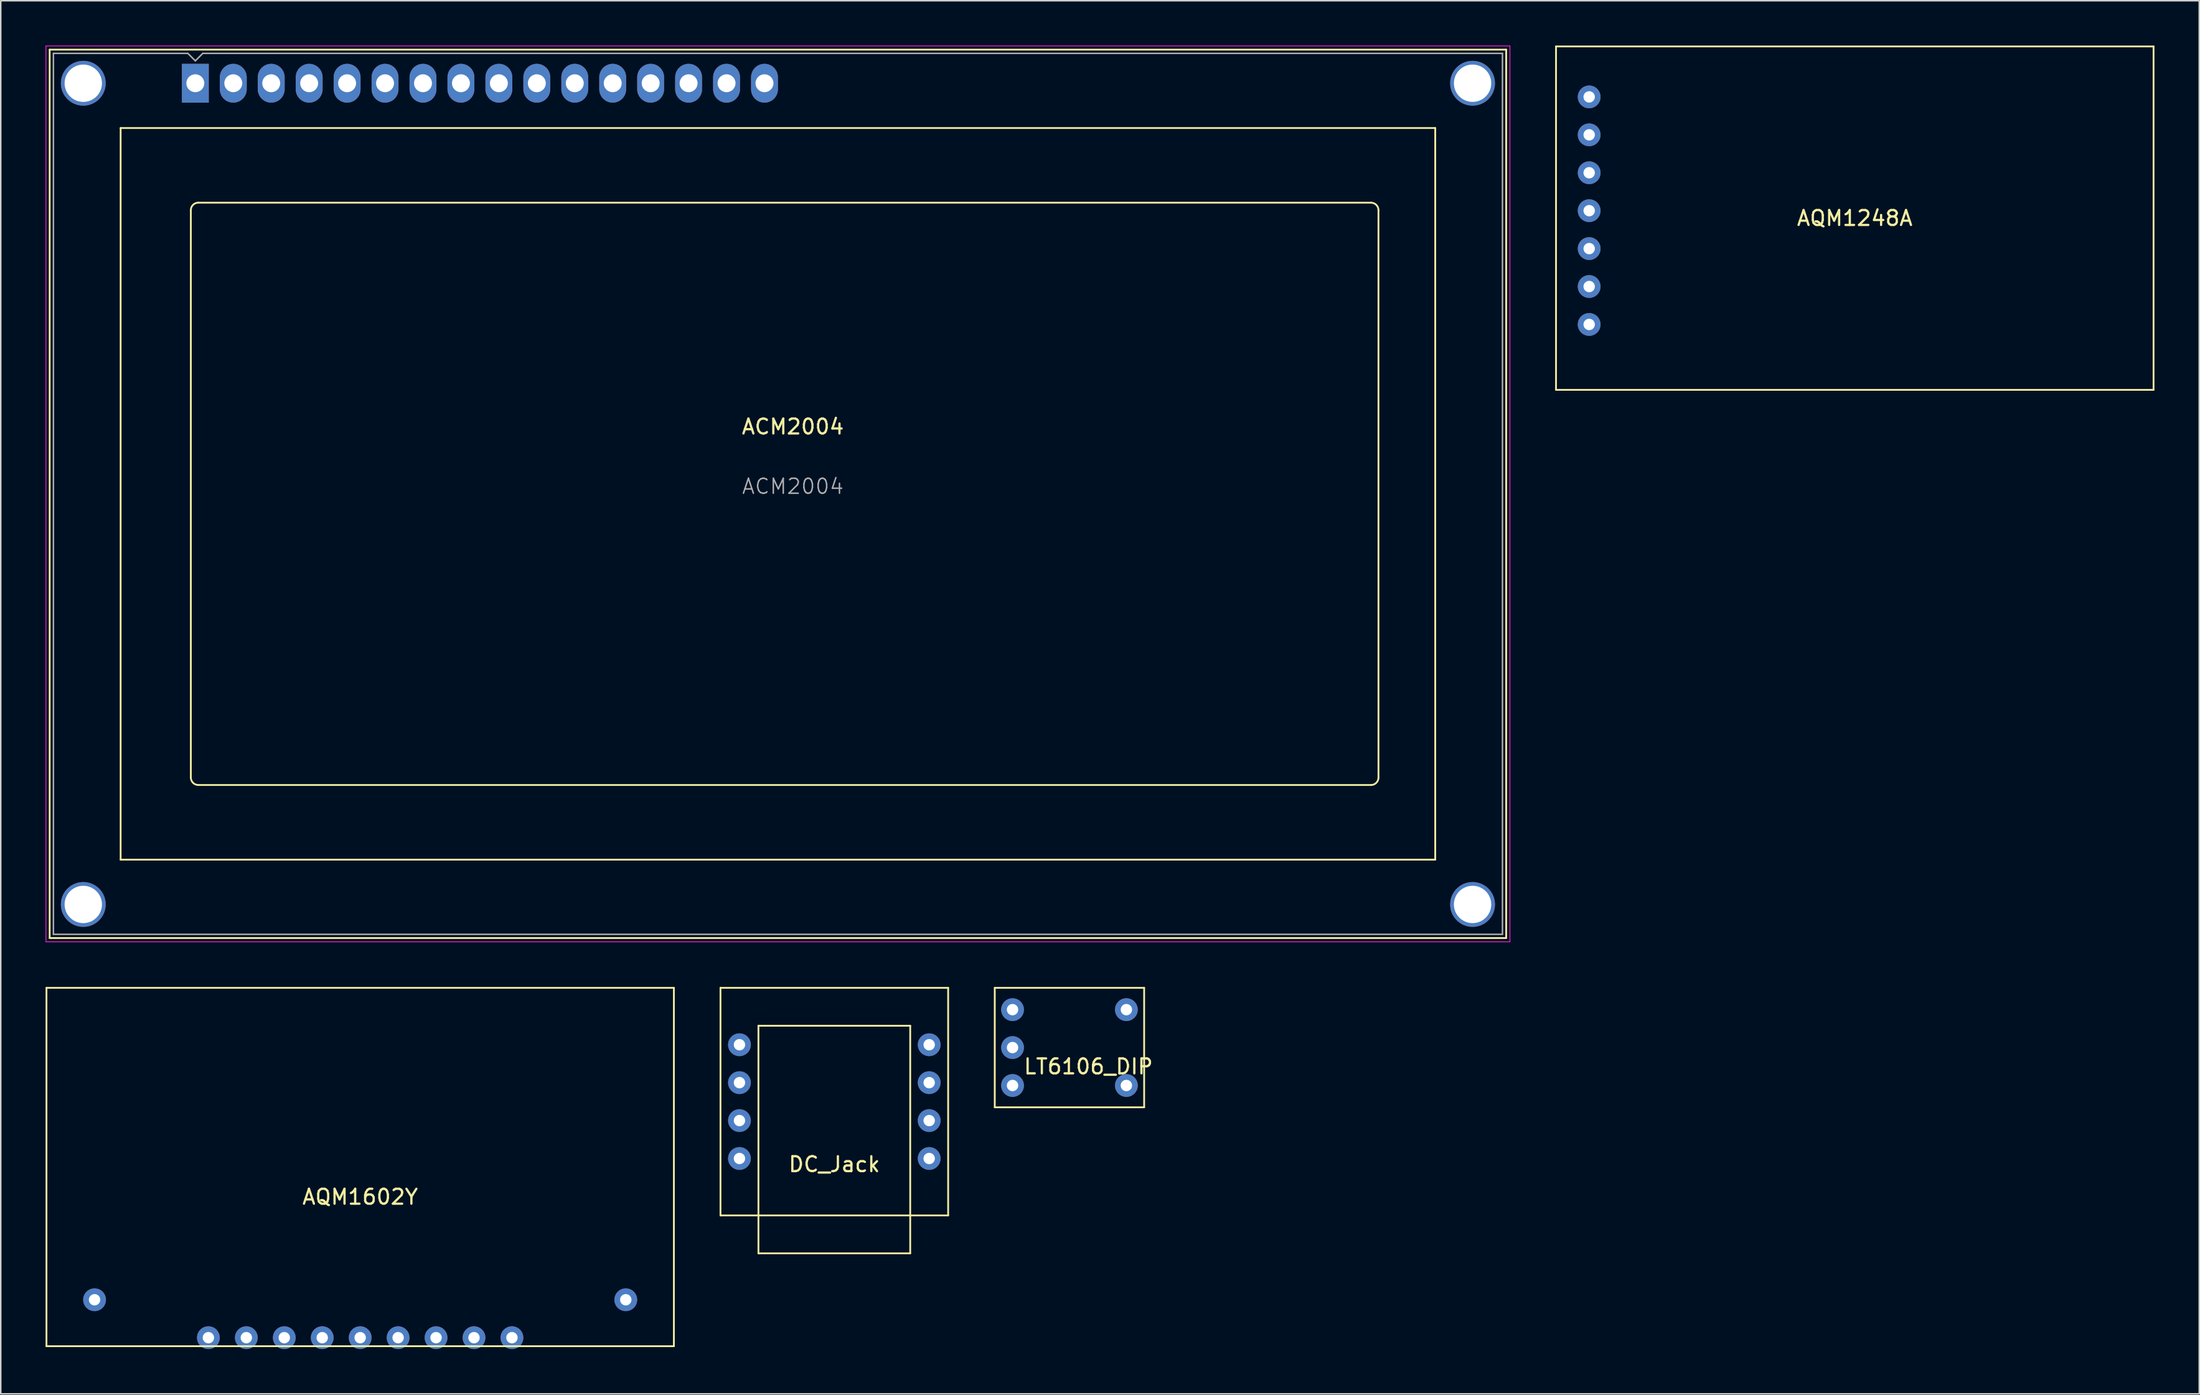
<source format=kicad_pcb>
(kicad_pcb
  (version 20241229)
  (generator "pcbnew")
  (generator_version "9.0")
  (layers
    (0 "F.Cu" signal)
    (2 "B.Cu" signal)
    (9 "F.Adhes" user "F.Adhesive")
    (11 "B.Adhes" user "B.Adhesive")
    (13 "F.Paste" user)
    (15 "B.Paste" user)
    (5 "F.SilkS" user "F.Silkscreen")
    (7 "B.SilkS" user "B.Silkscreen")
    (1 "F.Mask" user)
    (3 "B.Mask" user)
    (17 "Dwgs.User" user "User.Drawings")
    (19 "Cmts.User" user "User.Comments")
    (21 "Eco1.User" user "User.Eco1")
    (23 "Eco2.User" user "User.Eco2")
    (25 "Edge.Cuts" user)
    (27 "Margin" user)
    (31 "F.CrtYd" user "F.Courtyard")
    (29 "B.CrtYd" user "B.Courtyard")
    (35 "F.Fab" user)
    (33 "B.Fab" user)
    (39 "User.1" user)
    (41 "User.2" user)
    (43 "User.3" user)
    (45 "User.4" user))
  (footprint "AQM1602Y"
    (layer "F.Cu")
    (at 21.06 75.11)
    (property "Reference" "AQM1602Y" (at 0 2 0) (layer "F.SilkS") (effects (font (size 1 1) (thickness 0.15))))
    (attr through_hole)
    (fp_line (start -21 -12) (end 21 -12) (stroke (width 0.12) (type solid)) (layer "F.SilkS"))
    (fp_line (start -21 12) (end -21 -12) (stroke (width 0.12) (type solid)) (layer "F.SilkS"))
    (fp_line (start 21 -12) (end 21 12) (stroke (width 0.12) (type solid)) (layer "F.SilkS"))
    (fp_line (start 21 12) (end -21 12) (stroke (width 0.12) (type solid)) (layer "F.SilkS"))
    (pad "1" thru_hole circle (at -10.16 11.43) (size 1.524 1.524) (drill 0.762) (layers "*.Cu" "*.Mask"))
    (pad "2" thru_hole circle (at -7.62 11.43) (size 1.524 1.524) (drill 0.762) (layers "*.Cu" "*.Mask"))
    (pad "3" thru_hole circle (at -5.08 11.43) (size 1.524 1.524) (drill 0.762) (layers "*.Cu" "*.Mask"))
    (pad "4" thru_hole circle (at -2.54 11.43) (size 1.524 1.524) (drill 0.762) (layers "*.Cu" "*.Mask"))
    (pad "5" thru_hole circle (at 0 11.43) (size 1.524 1.524) (drill 0.762) (layers "*.Cu" "*.Mask"))
    (pad "6" thru_hole circle (at 2.54 11.43) (size 1.524 1.524) (drill 0.762) (layers "*.Cu" "*.Mask"))
    (pad "7" thru_hole circle (at 5.08 11.43) (size 1.524 1.524) (drill 0.762) (layers "*.Cu" "*.Mask"))
    (pad "8" thru_hole circle (at 7.62 11.43) (size 1.524 1.524) (drill 0.762) (layers "*.Cu" "*.Mask"))
    (pad "9" thru_hole circle (at 10.16 11.43) (size 1.524 1.524) (drill 0.762) (layers "*.Cu" "*.Mask"))
    (pad "A" thru_hole circle (at -17.78 8.89) (size 1.524 1.524) (drill 0.762) (layers "*.Cu" "*.Mask"))
    (pad "K" thru_hole circle (at 17.78 8.89) (size 1.524 1.524) (drill 0.762) (layers "*.Cu" "*.Mask")))
  (footprint "AQM1248A"
    (layer "F.Cu")
    (at 121.11 11.06)
    (property "Reference" "AQM1248A" (at 0 0.5 0) (layer "F.SilkS") (effects (font (size 1 1) (thickness 0.15))))
    (attr through_hole)
    (fp_line (start -20 -11) (end 20 -11) (stroke (width 0.12) (type solid)) (layer "F.SilkS"))
    (fp_line (start -20 12) (end -20 -11) (stroke (width 0.12) (type solid)) (layer "F.SilkS"))
    (fp_line (start 20 -11) (end 20 12) (stroke (width 0.12) (type solid)) (layer "F.SilkS"))
    (fp_line (start 20 12) (end -20 12) (stroke (width 0.12) (type solid)) (layer "F.SilkS"))
    (pad "1" thru_hole circle (at -17.78 -7.62) (size 1.524 1.524) (drill 0.762) (layers "*.Cu" "*.Mask"))
    (pad "2" thru_hole circle (at -17.78 -5.08) (size 1.524 1.524) (drill 0.762) (layers "*.Cu" "*.Mask"))
    (pad "3" thru_hole circle (at -17.78 -2.54) (size 1.524 1.524) (drill 0.762) (layers "*.Cu" "*.Mask"))
    (pad "4" thru_hole circle (at -17.78 0) (size 1.524 1.524) (drill 0.762) (layers "*.Cu" "*.Mask"))
    (pad "5" thru_hole circle (at -17.78 2.54) (size 1.524 1.524) (drill 0.762) (layers "*.Cu" "*.Mask"))
    (pad "6" thru_hole circle (at -17.78 5.08) (size 1.524 1.524) (drill 0.762) (layers "*.Cu" "*.Mask"))
    (pad "7" thru_hole circle (at -17.78 7.62) (size 1.524 1.524) (drill 0.762) (layers "*.Cu" "*.Mask")))
  (footprint "ACM2004"
    (layer "F.Cu")
    (at 10.025 2.525)
    (property "Reference" "ACM2004" (at 40 23 0) (layer "F.SilkS") (effects (font (size 1 1) (thickness 0.15))))
    (attr through_hole)
    (fp_line (start -9.75 -2.25) (end -9.75 57.25) (stroke (width 0.12) (type solid)) (layer "F.SilkS"))
    (fp_line (start -9.75 57.25) (end 87.75 57.25) (stroke (width 0.12) (type solid)) (layer "F.SilkS"))
    (fp_line (start -5 3) (end 83 3) (stroke (width 0.12) (type solid)) (layer "F.SilkS"))
    (fp_line (start -5 52) (end -5 3) (stroke (width 0.12) (type solid)) (layer "F.SilkS"))
    (fp_line (start -0.3 46.499) (end -0.3 8.5) (stroke (width 0.12) (type solid)) (layer "F.SilkS"))
    (fp_line (start 0.2 8) (end 78.7 8) (stroke (width 0.12) (type solid)) (layer "F.SilkS"))
    (fp_line (start 78.701 47) (end 0.2 47) (stroke (width 0.12) (type solid)) (layer "F.SilkS"))
    (fp_line (start 79.2 8.5) (end 79.201 46.5) (stroke (width 0.12) (type solid)) (layer "F.SilkS"))
    (fp_line (start 83 3) (end 83 52) (stroke (width 0.12) (type solid)) (layer "F.SilkS"))
    (fp_line (start 83 52) (end -5 52) (stroke (width 0.12) (type solid)) (layer "F.SilkS"))
    (fp_line (start 87.75 -2.25) (end -9.75 -2.25) (stroke (width 0.12) (type solid)) (layer "F.SilkS"))
    (fp_line (start 87.75 57.25) (end 87.75 -2.25) (stroke (width 0.12) (type solid)) (layer "F.SilkS"))
    (fp_arc (start -0.29972 8.49884) (mid -0.153162 8.145018) (end 0.20066 7.99846) (stroke (width 0.12) (type solid)) (layer "F.SilkS"))
    (fp_arc (start 0.20066 46.9997) (mid -0.153162 46.853142) (end -0.29972 46.49932) (stroke (width 0.12) (type solid)) (layer "F.SilkS"))
    (fp_arc (start 78.7 8) (mid 79.053553 8.146447) (end 79.2 8.5) (stroke (width 0.12) (type solid)) (layer "F.SilkS"))
    (fp_arc (start 79.20104 46.49962) (mid 79.054482 46.853442) (end 78.70066 47) (stroke (width 0.12) (type solid)) (layer "F.SilkS"))
    (fp_line (start -10 -2.5) (end -10 57.5) (stroke (width 0.05) (type solid)) (layer "F.CrtYd"))
    (fp_line (start -10 -2.5) (end 88 -2.5) (stroke (width 0.05) (type solid)) (layer "F.CrtYd"))
    (fp_line (start -10 57.5) (end 88 57.5) (stroke (width 0.05) (type solid)) (layer "F.CrtYd"))
    (fp_line (start 88 -2.5) (end 88 57.5) (stroke (width 0.05) (type solid)) (layer "F.CrtYd"))
    (fp_line (start -9.5 57) (end -9.5 -2) (stroke (width 0.1) (type solid)) (layer "F.Fab"))
    (fp_line (start -0.5 -2) (end -9.5 -2) (stroke (width 0.1) (type solid)) (layer "F.Fab"))
    (fp_line (start 0 -1.5) (end -0.5 -2) (stroke (width 0.1) (type solid)) (layer "F.Fab"))
    (fp_line (start 0.5 -2) (end 0 -1.5) (stroke (width 0.1) (type solid)) (layer "F.Fab"))
    (fp_line (start 0.5 -2) (end 87.5 -2) (stroke (width 0.1) (type solid)) (layer "F.Fab"))
    (fp_line (start 87.5 -2) (end 87.5 57) (stroke (width 0.1) (type solid)) (layer "F.Fab"))
    (fp_line (start 87.5 57) (end -9.5 57) (stroke (width 0.1) (type solid)) (layer "F.Fab"))
    (fp_text user "${REFERENCE}" (at 40 27 0) (layer "F.Fab") (effects (font (size 1 1) (thickness 0.1))))
    (pad "" thru_hole circle (at -7.5 0) (size 3 3) (drill 2.5) (layers "*.Cu" "*.Mask"))
    (pad "" thru_hole circle (at -7.5 55) (size 3 3) (drill 2.5) (layers "*.Cu" "*.Mask"))
    (pad "" thru_hole circle (at 85.5 0) (size 3 3) (drill 2.5) (layers "*.Cu" "*.Mask"))
    (pad "" thru_hole circle (at 85.5 55) (size 3 3) (drill 2.5) (layers "*.Cu" "*.Mask"))
    (pad "1" thru_hole rect (at 0 0) (size 1.8 2.6) (drill 1.2) (layers "*.Cu" "*.Mask"))
    (pad "2" thru_hole oval (at 2.54 0) (size 1.8 2.6) (drill 1.2) (layers "*.Cu" "*.Mask"))
    (pad "3" thru_hole oval (at 5.08 0) (size 1.8 2.6) (drill 1.2) (layers "*.Cu" "*.Mask"))
    (pad "4" thru_hole oval (at 7.62 0) (size 1.8 2.6) (drill 1.2) (layers "*.Cu" "*.Mask"))
    (pad "5" thru_hole oval (at 10.16 0) (size 1.8 2.6) (drill 1.2) (layers "*.Cu" "*.Mask"))
    (pad "6" thru_hole oval (at 12.7 0) (size 1.8 2.6) (drill 1.2) (layers "*.Cu" "*.Mask"))
    (pad "7" thru_hole oval (at 15.24 0) (size 1.8 2.6) (drill 1.2) (layers "*.Cu" "*.Mask"))
    (pad "8" thru_hole oval (at 17.78 0) (size 1.8 2.6) (drill 1.2) (layers "*.Cu" "*.Mask"))
    (pad "9" thru_hole oval (at 20.32 0) (size 1.8 2.6) (drill 1.2) (layers "*.Cu" "*.Mask"))
    (pad "10" thru_hole oval (at 22.86 0) (size 1.8 2.6) (drill 1.2) (layers "*.Cu" "*.Mask"))
    (pad "11" thru_hole oval (at 25.4 0) (size 1.8 2.6) (drill 1.2) (layers "*.Cu" "*.Mask"))
    (pad "12" thru_hole oval (at 27.94 0) (size 1.8 2.6) (drill 1.2) (layers "*.Cu" "*.Mask"))
    (pad "13" thru_hole oval (at 30.48 0) (size 1.8 2.6) (drill 1.2) (layers "*.Cu" "*.Mask"))
    (pad "14" thru_hole oval (at 33.02 0) (size 1.8 2.6) (drill 1.2) (layers "*.Cu" "*.Mask"))
    (pad "15" thru_hole oval (at 35.56 0) (size 1.8 2.6) (drill 1.2) (layers "*.Cu" "*.Mask"))
    (pad "16" thru_hole oval (at 38.1 0) (size 1.8 2.6) (drill 1.2) (layers "*.Cu" "*.Mask")))
  (footprint "LT6106_DIP"
    (layer "F.Cu")
    (at 68.54 67.11)
    (property "Reference" "LT6106_DIP" (at 1.27 1.27 0) (layer "F.SilkS") (effects (font (size 1 1) (thickness 0.15))))
    (attr through_hole)
    (fp_line (start -5 -4) (end 5 -4) (stroke (width 0.12) (type solid)) (layer "F.SilkS"))
    (fp_line (start -5 4) (end -5 -4) (stroke (width 0.12) (type solid)) (layer "F.SilkS"))
    (fp_line (start 5 -4) (end 5 4) (stroke (width 0.12) (type solid)) (layer "F.SilkS"))
    (fp_line (start 5 4) (end -5 4) (stroke (width 0.12) (type solid)) (layer "F.SilkS"))
    (pad "1" thru_hole circle (at -3.81 -2.54) (size 1.524 1.524) (drill 0.762) (layers "*.Cu" "*.Mask"))
    (pad "2" thru_hole circle (at -3.81 0) (size 1.524 1.524) (drill 0.762) (layers "*.Cu" "*.Mask"))
    (pad "3" thru_hole circle (at -3.81 2.54) (size 1.524 1.524) (drill 0.762) (layers "*.Cu" "*.Mask"))
    (pad "4" thru_hole circle (at 3.81 2.54) (size 1.524 1.524) (drill 0.762) (layers "*.Cu" "*.Mask"))
    (pad "5" thru_hole circle (at 3.81 -2.54) (size 1.524 1.524) (drill 0.762) (layers "*.Cu" "*.Mask")))
  (footprint "DC_Jack"
    (layer "F.Cu")
    (at 52.8 70.73)
    (property "Reference" "DC_Jack" (at 0 4.2 0) (layer "F.SilkS") (effects (font (size 1 1) (thickness 0.15))))
    (attr through_hole)
    (fp_line (start -7.62 -7.62) (end -7.62 7.62) (stroke (width 0.12) (type solid)) (layer "F.SilkS"))
    (fp_line (start -5.08 -5.08) (end -5.08 10.16) (stroke (width 0.12) (type solid)) (layer "F.SilkS"))
    (fp_line (start -5.08 10.16) (end 5.08 10.16) (stroke (width 0.12) (type solid)) (layer "F.SilkS"))
    (fp_line (start 5.08 -5.08) (end -5.08 -5.08) (stroke (width 0.12) (type solid)) (layer "F.SilkS"))
    (fp_line (start 5.08 10.16) (end 5.08 -5.08) (stroke (width 0.12) (type solid)) (layer "F.SilkS"))
    (fp_line (start 7.62 -7.62) (end -7.62 -7.62) (stroke (width 0.12) (type solid)) (layer "F.SilkS"))
    (fp_line (start 7.62 7.62) (end -7.62 7.62) (stroke (width 0.12) (type solid)) (layer "F.SilkS"))
    (fp_line (start 7.62 7.62) (end 7.62 -7.62) (stroke (width 0.12) (type solid)) (layer "F.SilkS"))
    (pad "1" thru_hole circle (at 6.35 -3.81) (size 1.524 1.524) (drill 0.762) (layers "*.Cu" "*.Mask"))
    (pad "2" thru_hole circle (at 6.35 -1.27) (size 1.524 1.524) (drill 0.762) (layers "*.Cu" "*.Mask"))
    (pad "3" thru_hole circle (at 6.35 1.27) (size 1.524 1.524) (drill 0.762) (layers "*.Cu" "*.Mask"))
    (pad "4" thru_hole circle (at 6.35 3.81) (size 1.524 1.524) (drill 0.762) (layers "*.Cu" "*.Mask"))
    (pad "5" thru_hole circle (at -6.35 3.81) (size 1.524 1.524) (drill 0.762) (layers "*.Cu" "*.Mask"))
    (pad "6" thru_hole circle (at -6.35 1.27) (size 1.524 1.524) (drill 0.762) (layers "*.Cu" "*.Mask"))
    (pad "7" thru_hole circle (at -6.35 -1.27) (size 1.524 1.524) (drill 0.762) (layers "*.Cu" "*.Mask"))
    (pad "8" thru_hole circle (at -6.35 -3.81) (size 1.524 1.524) (drill 0.762) (layers "*.Cu" "*.Mask")))
  (gr_rect
    (start -3 -3)
    (end 144.17 90.302)
    (stroke (width 0.1) (type default))
    (fill no)
    (layer "Edge.Cuts")))
</source>
